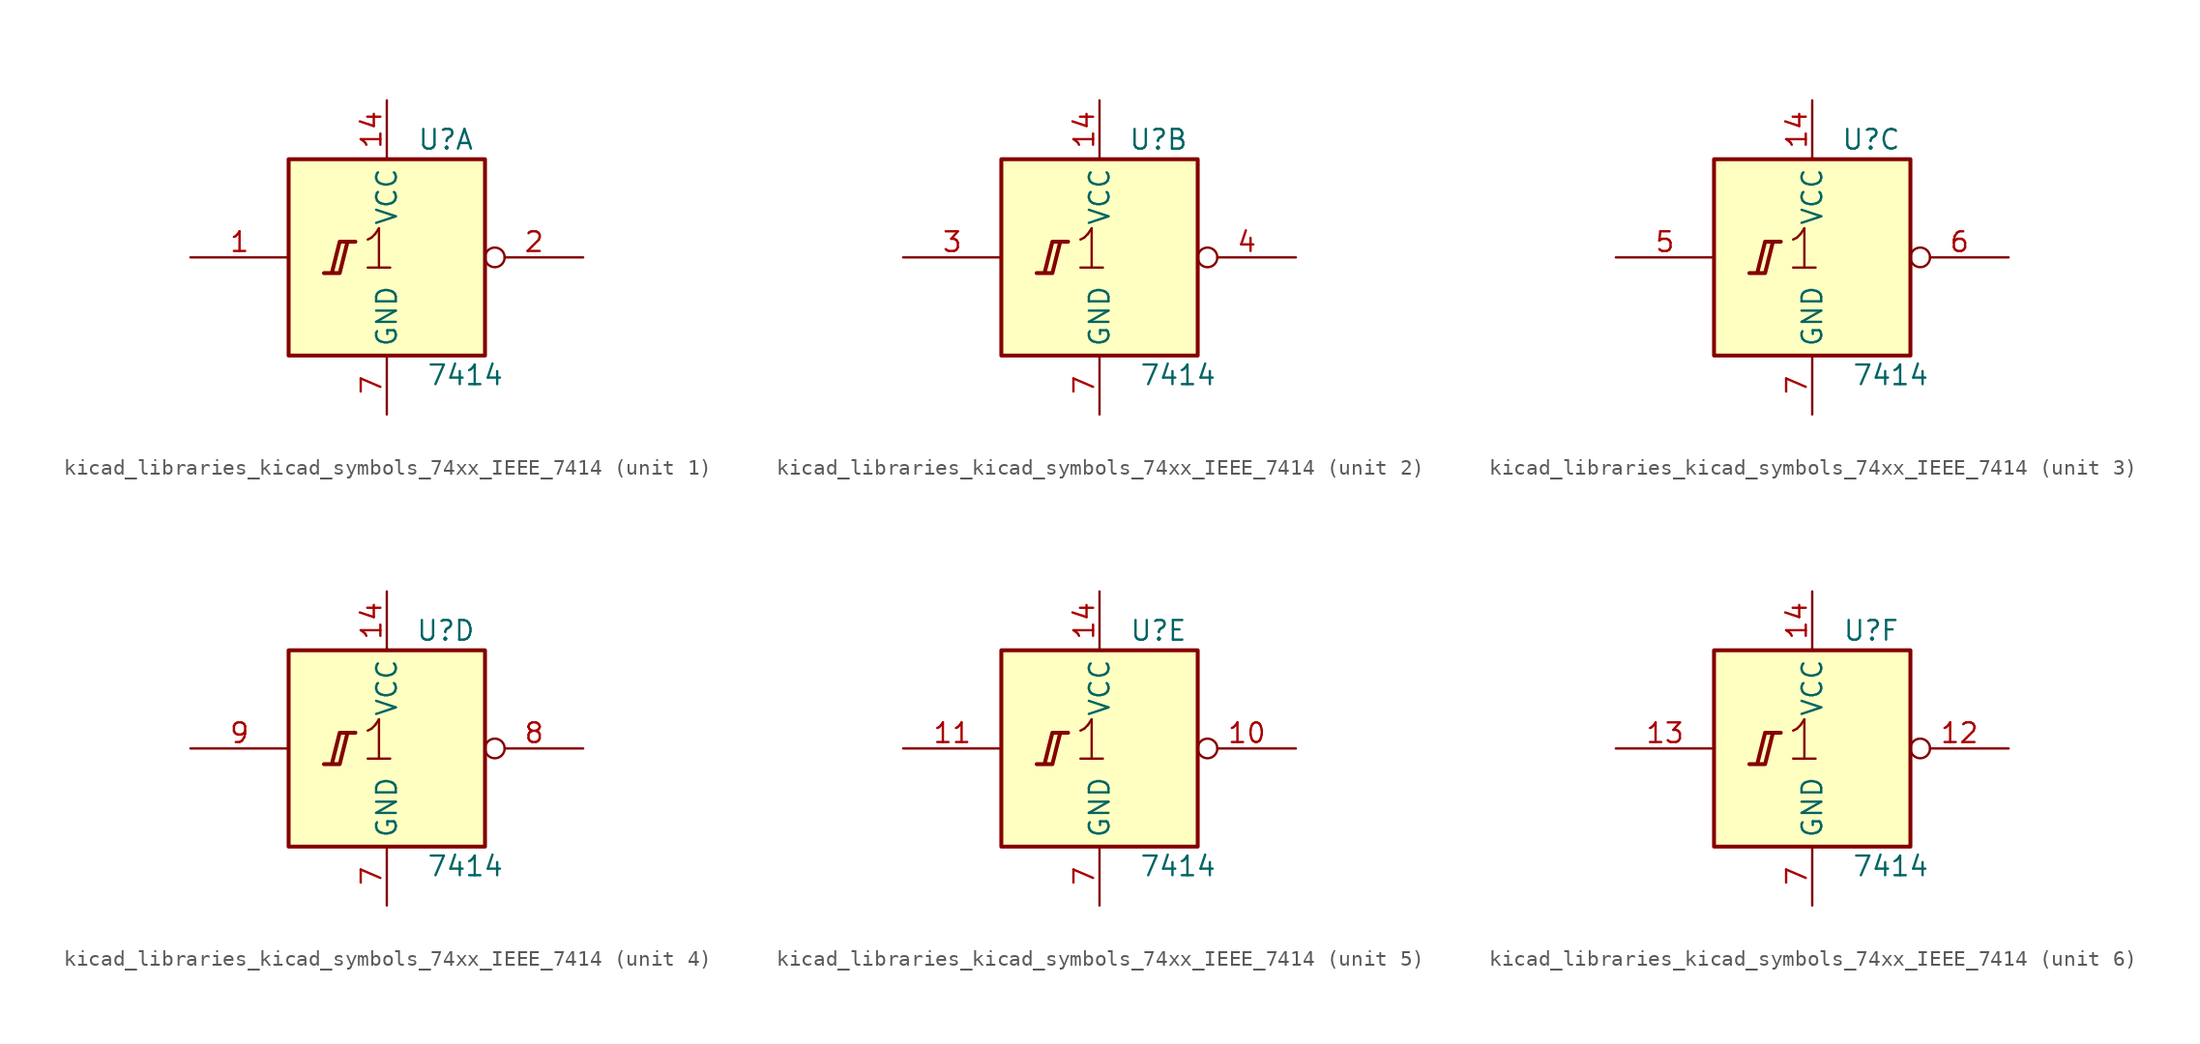
<source format=kicad_sym>
(kicad_symbol_lib
  (version 20220914)
  (generator kicad_symbol_editor)
  (symbol "kicad_libraries_kicad_symbols_74xx_IEEE_7414"
    (property "Reference" "U"
      (at 3.81 7.62 0)
      (effects (font (size 1.27 1.27))))
    (property "Value" "7414"
      (at 5.08 -7.62 0)
      (effects (font (size 1.27 1.27))))
    (symbol "kicad_libraries_kicad_symbols_74xx_IEEE_7414_0_0"
      (polyline (pts (xy -4.064 -1.016) (xy -3.048 -1.016) (xy -2.54 1.016) (xy -2.032 1.016) (xy -3.048 1.016) (xy -3.556 -1.016) (xy -3.556 -1.016)) (stroke (width 0.254) (type default)) (fill (type background)))
      (text "1" (at -0.508 0.508 0) (effects (font (size 2.54 2.54)))))
    (symbol "kicad_libraries_kicad_symbols_74xx_IEEE_7414_0_1"
      (rectangle (start -6.35 6.35) (end 6.35 -6.35) (stroke (width 0.254) (type default)) (fill (type background)))
      (pin power_in line (at 0 10.16 270) (length 3.81) (name "VCC" (effects (font (size 1.27 1.27)))) (number "14" (effects (font (size 1.27 1.27)))))
      (pin power_in line (at 0 -10.16 90) (length 3.81) (name "GND" (effects (font (size 1.27 1.27)))) (number "7" (effects (font (size 1.27 1.27))))))
    (symbol "kicad_libraries_kicad_symbols_74xx_IEEE_7414_1_1"
      (pin input line (at -12.7 0 0) (length 6.35) (name "~" (effects (font (size 1.27 1.27)))) (number "1" (effects (font (size 1.27 1.27)))))
      (pin output inverted (at 12.7 0 180) (length 6.35) (name "~" (effects (font (size 1.27 1.27)))) (number "2" (effects (font (size 1.27 1.27))))))
    (symbol "kicad_libraries_kicad_symbols_74xx_IEEE_7414_2_1"
      (pin input line (at -12.7 0 0) (length 6.35) (name "~" (effects (font (size 1.27 1.27)))) (number "3" (effects (font (size 1.27 1.27)))))
      (pin output inverted (at 12.7 0 180) (length 6.35) (name "~" (effects (font (size 1.27 1.27)))) (number "4" (effects (font (size 1.27 1.27))))))
    (symbol "kicad_libraries_kicad_symbols_74xx_IEEE_7414_3_1"
      (pin input line (at -12.7 0 0) (length 6.35) (name "~" (effects (font (size 1.27 1.27)))) (number "5" (effects (font (size 1.27 1.27)))))
      (pin output inverted (at 12.7 0 180) (length 6.35) (name "~" (effects (font (size 1.27 1.27)))) (number "6" (effects (font (size 1.27 1.27))))))
    (symbol "kicad_libraries_kicad_symbols_74xx_IEEE_7414_4_1"
      (pin output inverted (at 12.7 0 180) (length 6.35) (name "~" (effects (font (size 1.27 1.27)))) (number "8" (effects (font (size 1.27 1.27)))))
      (pin input line (at -12.7 0 0) (length 6.35) (name "~" (effects (font (size 1.27 1.27)))) (number "9" (effects (font (size 1.27 1.27))))))
    (symbol "kicad_libraries_kicad_symbols_74xx_IEEE_7414_5_1"
      (pin output inverted (at 12.7 0 180) (length 6.35) (name "~" (effects (font (size 1.27 1.27)))) (number "10" (effects (font (size 1.27 1.27)))))
      (pin input line (at -12.7 0 0) (length 6.35) (name "~" (effects (font (size 1.27 1.27)))) (number "11" (effects (font (size 1.27 1.27))))))
    (symbol "kicad_libraries_kicad_symbols_74xx_IEEE_7414_6_1"
      (pin output inverted (at 12.7 0 180) (length 6.35) (name "~" (effects (font (size 1.27 1.27)))) (number "12" (effects (font (size 1.27 1.27)))))
      (pin input line (at -12.7 0 0) (length 6.35) (name "~" (effects (font (size 1.27 1.27)))) (number "13" (effects (font (size 1.27 1.27))))))))
</source>
